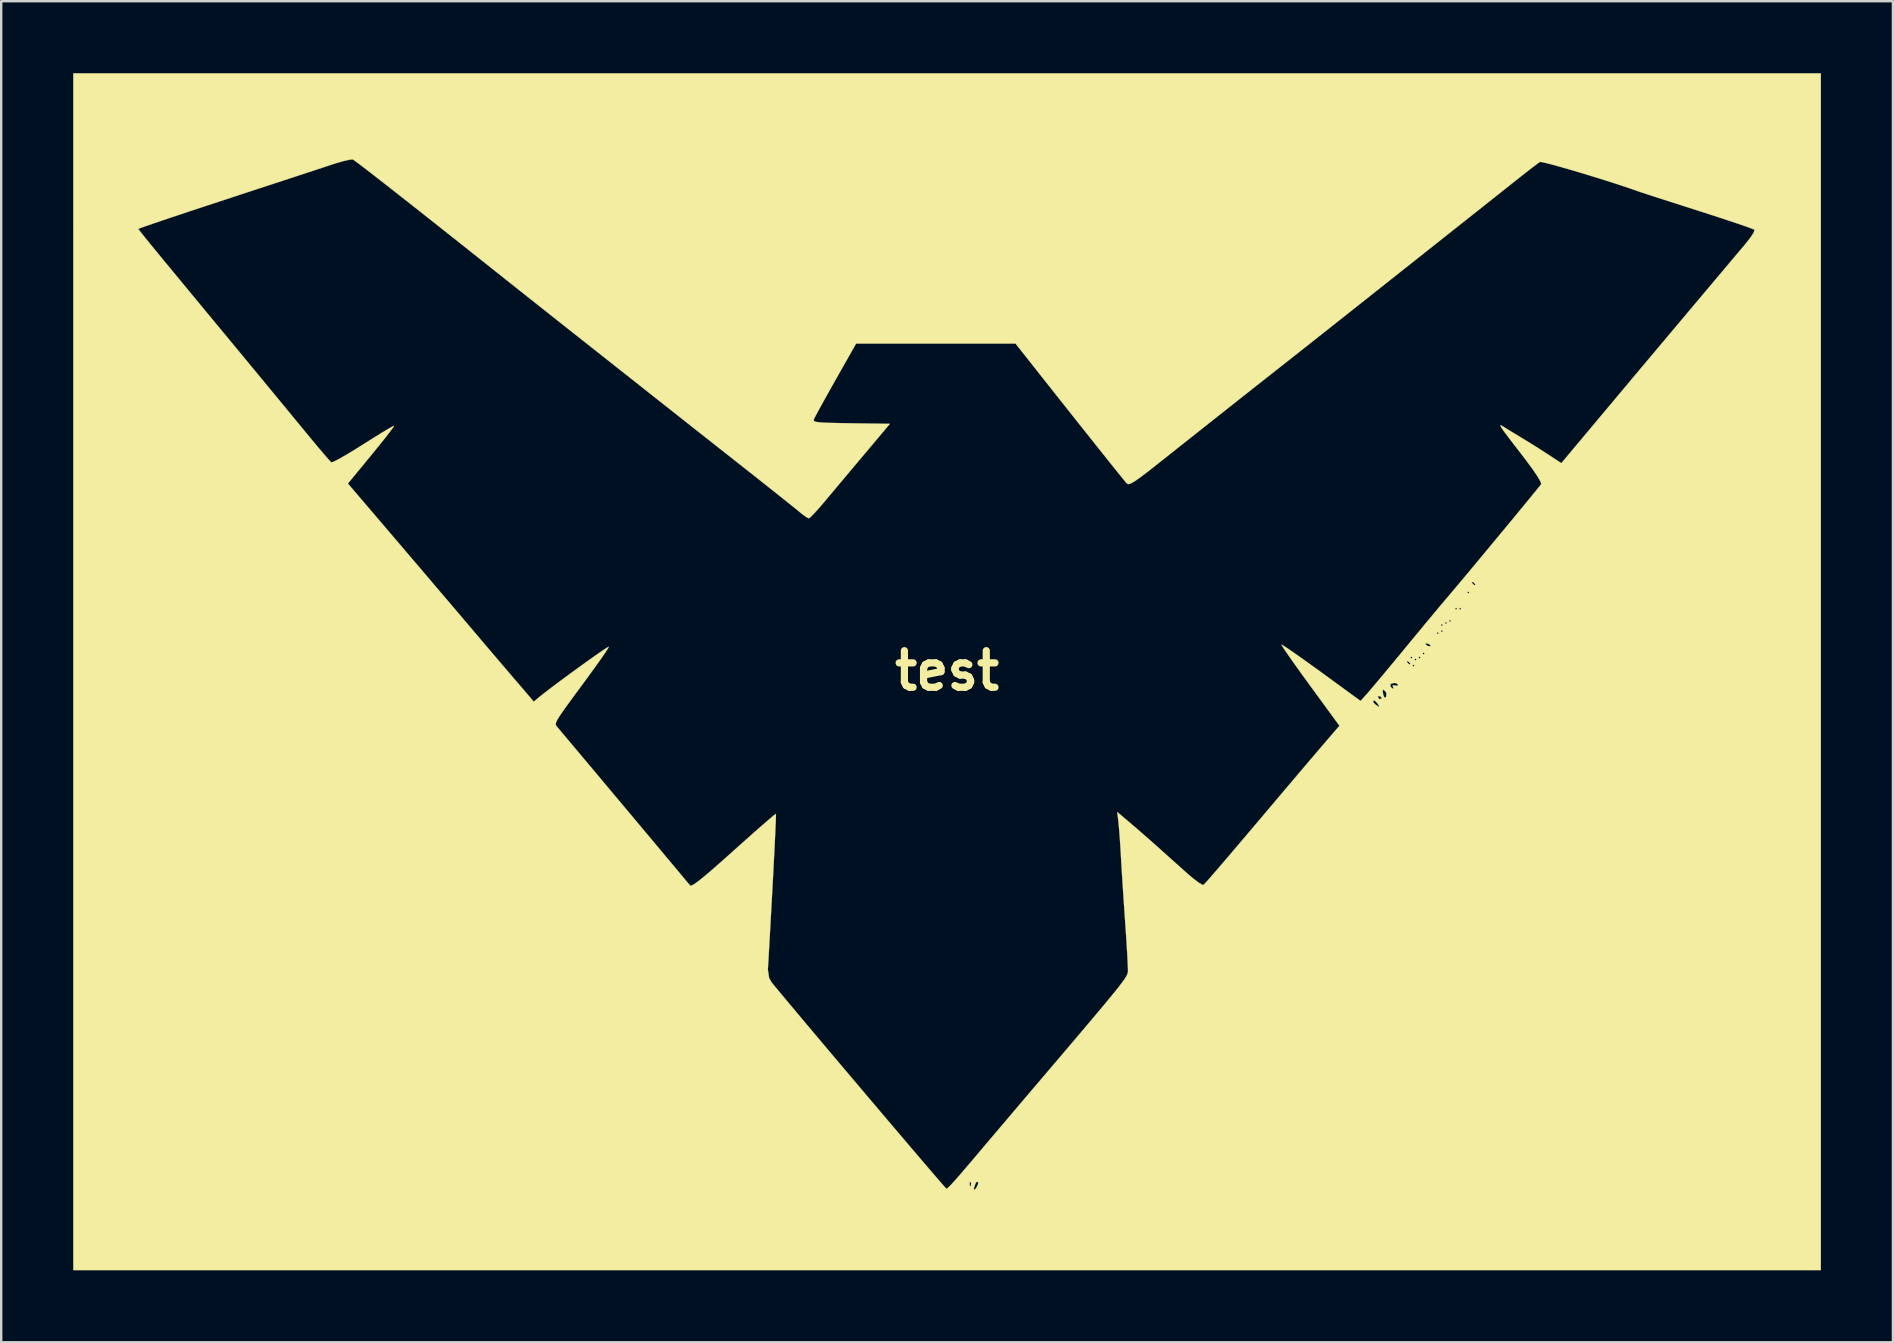
<source format=kicad_pcb>
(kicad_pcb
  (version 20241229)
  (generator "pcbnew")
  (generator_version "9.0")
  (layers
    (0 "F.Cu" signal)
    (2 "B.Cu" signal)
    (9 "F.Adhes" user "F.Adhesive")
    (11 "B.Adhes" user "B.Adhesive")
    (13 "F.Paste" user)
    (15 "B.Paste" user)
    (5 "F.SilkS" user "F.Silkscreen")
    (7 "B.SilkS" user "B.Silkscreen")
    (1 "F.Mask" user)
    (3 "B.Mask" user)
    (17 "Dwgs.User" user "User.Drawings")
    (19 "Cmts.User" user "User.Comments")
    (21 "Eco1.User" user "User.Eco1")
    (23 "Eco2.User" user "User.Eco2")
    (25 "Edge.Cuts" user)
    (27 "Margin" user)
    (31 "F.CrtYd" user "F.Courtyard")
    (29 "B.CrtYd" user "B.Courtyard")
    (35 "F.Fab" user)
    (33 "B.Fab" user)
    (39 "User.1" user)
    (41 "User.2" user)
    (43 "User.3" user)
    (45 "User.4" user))
  (footprint "test"
    (layer "F.Cu")
    (at 36.412 24.897)
    (property "Reference" "test" (at 0 0 0) (layer "F.SilkS") (effects (font (size 1.524 1.524) (thickness 0.3))))
    (attr through_hole)
    (fp_poly (pts (xy 36.407 24.977) (xy -36.407 24.977) (xy -36.407 -18.411) (xy -33.697 -18.411) (xy -33.681 -18.382) (xy -33.626 -18.309) (xy -33.527 -18.183) (xy -33.378 -17.997) (xy -33.17 -17.742) (xy -32.899 -17.411) (xy -32.556 -16.994) (xy -32.136 -16.485) (xy -31.632 -15.875) (xy -31.038 -15.156) (xy -30.346 -14.32) (xy -29.845 -13.715) (xy -29.346 -13.112) (xy -28.818 -12.473) (xy -28.289 -11.832) (xy -27.784 -11.22) (xy -27.33 -10.669) (xy -26.953 -10.211) (xy -26.902 -10.149) (xy -26.556 -9.729) (xy -26.243 -9.354) (xy -25.981 -9.044) (xy -25.786 -8.818) (xy -25.674 -8.696) (xy -25.657 -8.68) (xy -25.564 -8.708) (xy -25.353 -8.815) (xy -25.05 -8.987) (xy -24.679 -9.211) (xy -24.326 -9.432) (xy -23.919 -9.689) (xy -23.564 -9.909) (xy -23.284 -10.077) (xy -23.103 -10.178) (xy -23.044 -10.203) (xy -23.085 -10.131) (xy -23.219 -9.951) (xy -23.428 -9.682) (xy -23.696 -9.347) (xy -23.99 -8.986) (xy -24.967 -7.8) (xy -23.892 -6.541) (xy -23.056 -5.561) (xy -22.154 -4.503) (xy -21.229 -3.416) (xy -20.325 -2.353) (xy -19.485 -1.365) (xy -19.441 -1.312) (xy -19.086 -0.894) (xy -18.737 -0.484) (xy -18.422 -0.115) (xy -18.168 0.182) (xy -18.034 0.339) (xy -17.8 0.611) (xy -17.579 0.869) (xy -17.428 1.046) (xy -17.222 1.289) (xy -16.972 1.081) (xy -16.759 0.912) (xy -16.465 0.687) (xy -16.115 0.425) (xy -15.732 0.143) (xy -15.341 -0.142) (xy -14.965 -0.413) (xy -14.628 -0.651) (xy -14.355 -0.84) (xy -14.17 -0.962) (xy -14.096 -1.001) (xy -14.096 -1.001) (xy -14.132 -0.925) (xy -14.255 -0.735) (xy -14.45 -0.454) (xy -14.701 -0.102) (xy -14.993 0.298) (xy -14.994 0.3) (xy -15.403 0.855) (xy -15.722 1.29) (xy -15.961 1.62) (xy -16.129 1.863) (xy -16.236 2.035) (xy -16.292 2.151) (xy -16.308 2.228) (xy -16.293 2.283) (xy -16.256 2.331) (xy -16.239 2.351) (xy -16.131 2.479) (xy -15.933 2.715) (xy -15.656 3.044) (xy -15.314 3.452) (xy -14.919 3.922) (xy -14.484 4.44) (xy -14.023 4.991) (xy -13.547 5.558) (xy -13.069 6.128) (xy -12.602 6.686) (xy -12.159 7.214) (xy -11.753 7.7) (xy -11.395 8.127) (xy -11.1 8.48) (xy -10.879 8.745) (xy -10.745 8.905) (xy -10.71 8.947) (xy -10.652 8.953) (xy -10.531 8.889) (xy -10.335 8.747) (xy -10.053 8.518) (xy -9.676 8.194) (xy -9.193 7.766) (xy -8.892 7.497) (xy -8.438 7.091) (xy -8.027 6.726) (xy -7.675 6.416) (xy -7.398 6.177) (xy -7.212 6.021) (xy -7.133 5.963) (xy -7.132 5.963) (xy -7.131 6.051) (xy -7.139 6.292) (xy -7.156 6.671) (xy -7.179 7.173) (xy -7.21 7.782) (xy -7.246 8.483) (xy -7.288 9.26) (xy -7.334 10.098) (xy -7.383 10.981) (xy -7.435 11.894) (xy -7.467 12.454) (xy -7.416 12.798) (xy -7.319 12.974) (xy -7.212 13.108) (xy -7.012 13.351) (xy -6.729 13.69) (xy -6.376 14.112) (xy -5.963 14.604) (xy -5.502 15.152) (xy -5.002 15.745) (xy -4.475 16.369) (xy -3.932 17.011) (xy -3.384 17.658) (xy -2.842 18.298) (xy -2.317 18.916) (xy -1.82 19.501) (xy -1.361 20.04) (xy -0.952 20.519) (xy -0.605 20.925) (xy -0.328 21.246) (xy -0.135 21.469) (xy -0.035 21.58) (xy -0.024 21.59) (xy -0.009 21.579) (xy 1.114 21.579) (xy 1.126 21.64) (xy 1.21 21.558) (xy 1.22 21.544) (xy 1.294 21.387) (xy 1.29 21.3) (xy 1.227 21.3) (xy 1.177 21.384) (xy 1.114 21.579) (xy -0.009 21.579) (xy 0.051 21.532) (xy 0.201 21.38) (xy 0.209 21.371) (xy 0.938 21.371) (xy 0.954 21.481) (xy 0.982 21.482) (xy 1.003 21.369) (xy 0.989 21.32) (xy 0.952 21.288) (xy 0.938 21.371) (xy 0.209 21.371) (xy 0.356 21.209) (xy 0.568 20.965) (xy 0.84 20.648) (xy 1.124 20.314) (xy 1.214 20.208) (xy 1.407 19.978) (xy 1.691 19.643) (xy 2.043 19.227) (xy 2.446 18.753) (xy 2.877 18.245) (xy 3.318 17.726) (xy 3.344 17.695) (xy 4.122 16.781) (xy 4.797 15.987) (xy 5.377 15.305) (xy 5.869 14.724) (xy 6.28 14.236) (xy 6.618 13.832) (xy 6.889 13.503) (xy 7.102 13.24) (xy 7.262 13.033) (xy 7.378 12.874) (xy 7.456 12.754) (xy 7.504 12.663) (xy 7.528 12.592) (xy 7.537 12.532) (xy 7.537 12.475) (xy 7.535 12.412) (xy 7.535 12.41) (xy 7.529 12.219) (xy 7.512 11.892) (xy 7.486 11.461) (xy 7.454 10.959) (xy 7.417 10.418) (xy 7.414 10.372) (xy 7.373 9.771) (xy 7.331 9.15) (xy 7.293 8.559) (xy 7.262 8.046) (xy 7.243 7.705) (xy 7.217 7.266) (xy 7.188 6.843) (xy 7.159 6.492) (xy 7.141 6.309) (xy 7.091 5.888) (xy 7.588 6.308) (xy 7.876 6.554) (xy 8.232 6.864) (xy 8.598 7.186) (xy 8.763 7.333) (xy 9.128 7.66) (xy 9.525 8.015) (xy 9.891 8.341) (xy 10.02 8.457) (xy 10.282 8.679) (xy 10.501 8.841) (xy 10.645 8.923) (xy 10.679 8.926) (xy 10.72 8.888) (xy 10.806 8.797) (xy 10.943 8.643) (xy 11.138 8.419) (xy 11.398 8.116) (xy 11.732 7.726) (xy 12.144 7.241) (xy 12.644 6.652) (xy 13.238 5.95) (xy 13.932 5.129) (xy 14.009 5.038) (xy 14.396 4.581) (xy 14.796 4.109) (xy 15.178 3.66) (xy 15.509 3.272) (xy 15.716 3.03) (xy 16.349 2.293) (xy 15.637 1.318) (xy 17.758 1.318) (xy 17.838 1.402) (xy 17.981 1.503) (xy 18.007 1.49) (xy 17.933 1.36) (xy 17.827 1.25) (xy 17.758 1.241) (xy 17.758 1.318) (xy 15.637 1.318) (xy 15.124 0.617) (xy 14.788 0.154) (xy 14.489 -0.264) (xy 14.241 -0.615) (xy 14.058 -0.882) (xy 13.952 -1.046) (xy 13.931 -1.09) (xy 14.005 -1.051) (xy 14.197 -0.925) (xy 14.486 -0.726) (xy 14.855 -0.465) (xy 15.283 -0.158) (xy 15.596 0.069) (xy 17.23 1.26) (xy 17.377 1.096) (xy 17.949 1.096) (xy 18.011 1.182) (xy 18.034 1.185) (xy 18.116 1.156) (xy 18.119 1.148) (xy 18.059 1.076) (xy 18.034 1.058) (xy 17.956 1.065) (xy 17.949 1.096) (xy 17.377 1.096) (xy 17.51 0.948) (xy 17.592 0.853) (xy 18.147 0.853) (xy 18.176 1.006) (xy 18.23 1.129) (xy 18.292 1.094) (xy 18.295 1.089) (xy 18.307 0.937) (xy 18.271 0.869) (xy 18.173 0.785) (xy 18.147 0.853) (xy 17.592 0.853) (xy 17.642 0.794) (xy 17.759 0.656) (xy 18.474 0.656) (xy 18.514 0.706) (xy 18.6 0.76) (xy 18.589 0.686) (xy 18.575 0.663) (xy 18.571 0.599) (xy 18.655 0.618) (xy 18.772 0.626) (xy 18.796 0.59) (xy 18.725 0.523) (xy 18.627 0.508) (xy 18.479 0.55) (xy 18.474 0.656) (xy 17.759 0.656) (xy 17.863 0.533) (xy 18.154 0.185) (xy 18.485 -0.212) (xy 19.389 -0.212) (xy 19.431 -0.169) (xy 19.473 -0.212) (xy 19.431 -0.254) (xy 19.389 -0.212) (xy 18.485 -0.212) (xy 18.496 -0.225) (xy 18.64 -0.399) (xy 19.148 -0.399) (xy 19.169 -0.352) (xy 19.254 -0.261) (xy 19.303 -0.28) (xy 19.304 -0.291) (xy 19.244 -0.363) (xy 19.206 -0.389) (xy 19.148 -0.399) (xy 18.64 -0.399) (xy 18.695 -0.466) (xy 19.473 -0.466) (xy 19.516 -0.423) (xy 19.558 -0.466) (xy 19.516 -0.508) (xy 19.473 -0.466) (xy 18.695 -0.466) (xy 18.765 -0.55) (xy 19.304 -0.55) (xy 19.346 -0.508) (xy 19.389 -0.55) (xy 19.643 -0.55) (xy 19.685 -0.508) (xy 19.727 -0.55) (xy 19.685 -0.593) (xy 19.643 -0.55) (xy 19.389 -0.55) (xy 19.346 -0.593) (xy 19.304 -0.55) (xy 18.765 -0.55) (xy 18.87 -0.676) (xy 18.905 -0.72) (xy 19.812 -0.72) (xy 19.854 -0.677) (xy 19.897 -0.72) (xy 19.854 -0.762) (xy 19.812 -0.72) (xy 18.905 -0.72) (xy 19.115 -0.974) (xy 19.251 -1.139) (xy 19.932 -1.139) (xy 19.94 -1.1) (xy 20.03 -1.03) (xy 20.127 -1.018) (xy 20.151 -1.049) (xy 20.084 -1.104) (xy 20.019 -1.133) (xy 19.932 -1.139) (xy 19.251 -1.139) (xy 19.508 -1.45) (xy 19.604 -1.566) (xy 20.405 -1.566) (xy 20.447 -1.524) (xy 20.489 -1.566) (xy 20.447 -1.609) (xy 20.405 -1.566) (xy 19.604 -1.566) (xy 19.675 -1.651) (xy 20.574 -1.651) (xy 20.616 -1.609) (xy 20.659 -1.651) (xy 20.616 -1.693) (xy 20.574 -1.651) (xy 19.675 -1.651) (xy 19.885 -1.905) (xy 20.574 -1.905) (xy 20.616 -1.863) (xy 20.659 -1.905) (xy 20.616 -1.947) (xy 20.574 -1.905) (xy 19.885 -1.905) (xy 19.89 -1.911) (xy 19.955 -1.99) (xy 20.743 -1.99) (xy 20.786 -1.947) (xy 20.828 -1.99) (xy 20.786 -2.032) (xy 20.743 -1.99) (xy 19.955 -1.99) (xy 20.025 -2.074) (xy 20.913 -2.074) (xy 20.955 -2.032) (xy 20.997 -2.074) (xy 20.955 -2.117) (xy 20.913 -2.074) (xy 20.025 -2.074) (xy 20.239 -2.332) (xy 20.448 -2.582) (xy 21.167 -2.582) (xy 21.209 -2.54) (xy 21.251 -2.582) (xy 21.336 -2.582) (xy 21.378 -2.54) (xy 21.421 -2.582) (xy 21.378 -2.625) (xy 21.336 -2.582) (xy 21.251 -2.582) (xy 21.209 -2.625) (xy 21.167 -2.582) (xy 20.448 -2.582) (xy 20.534 -2.686) (xy 20.755 -2.948) (xy 20.84 -3.048) (xy 21.02 -3.26) (xy 21.675 -3.26) (xy 21.717 -3.217) (xy 21.759 -3.26) (xy 21.717 -3.302) (xy 21.675 -3.26) (xy 21.02 -3.26) (xy 21.03 -3.271) (xy 21.292 -3.583) (xy 21.391 -3.701) (xy 21.858 -3.701) (xy 21.878 -3.654) (xy 21.963 -3.563) (xy 22.013 -3.582) (xy 22.013 -3.593) (xy 21.953 -3.665) (xy 21.916 -3.691) (xy 21.858 -3.701) (xy 21.391 -3.701) (xy 21.614 -3.967) (xy 21.979 -4.405) (xy 22.372 -4.878) (xy 22.779 -5.368) (xy 23.185 -5.858) (xy 23.574 -6.328) (xy 23.932 -6.762) (xy 24.244 -7.142) (xy 24.494 -7.448) (xy 24.669 -7.663) (xy 24.753 -7.77) (xy 24.757 -7.776) (xy 24.729 -7.878) (xy 24.605 -8.092) (xy 24.396 -8.4) (xy 24.114 -8.783) (xy 23.984 -8.954) (xy 23.627 -9.415) (xy 23.366 -9.758) (xy 23.189 -9.995) (xy 23.088 -10.143) (xy 23.053 -10.215) (xy 23.074 -10.227) (xy 23.142 -10.192) (xy 23.202 -10.154) (xy 23.378 -10.045) (xy 23.643 -9.883) (xy 23.943 -9.702) (xy 23.959 -9.692) (xy 24.331 -9.464) (xy 24.743 -9.204) (xy 25.051 -9.005) (xy 25.594 -8.649) (xy 26.322 -9.517) (xy 26.661 -9.921) (xy 27.06 -10.398) (xy 27.474 -10.892) (xy 27.855 -11.346) (xy 27.895 -11.395) (xy 28.191 -11.747) (xy 28.562 -12.19) (xy 28.993 -12.704) (xy 29.47 -13.271) (xy 29.976 -13.873) (xy 30.496 -14.492) (xy 31.015 -15.109) (xy 31.518 -15.707) (xy 31.989 -16.267) (xy 32.413 -16.77) (xy 32.775 -17.2) (xy 33.059 -17.537) (xy 33.25 -17.763) (xy 33.255 -17.769) (xy 33.455 -18.022) (xy 33.593 -18.229) (xy 33.646 -18.355) (xy 33.641 -18.375) (xy 33.545 -18.417) (xy 33.308 -18.503) (xy 32.953 -18.626) (xy 32.499 -18.778) (xy 31.968 -18.952) (xy 31.382 -19.141) (xy 31.284 -19.172) (xy 30.683 -19.365) (xy 30.125 -19.544) (xy 29.635 -19.702) (xy 29.234 -19.832) (xy 28.947 -19.926) (xy 28.795 -19.977) (xy 28.787 -19.98) (xy 28.413 -20.111) (xy 27.963 -20.26) (xy 27.463 -20.42) (xy 26.939 -20.584) (xy 26.415 -20.743) (xy 25.918 -20.89) (xy 25.473 -21.017) (xy 25.107 -21.117) (xy 24.844 -21.181) (xy 24.711 -21.203) (xy 24.702 -21.201) (xy 24.595 -21.125) (xy 24.388 -20.969) (xy 24.113 -20.756) (xy 23.876 -20.568) (xy 23.674 -20.408) (xy 23.399 -20.19) (xy 23.043 -19.908) (xy 22.602 -19.559) (xy 22.071 -19.137) (xy 21.442 -18.64) (xy 20.712 -18.061) (xy 19.874 -17.397) (xy 18.922 -16.643) (xy 17.852 -15.795) (xy 16.657 -14.849) (xy 16.087 -14.397) (xy 15.601 -14.013) (xy 15.11 -13.625) (xy 14.645 -13.258) (xy 14.241 -12.939) (xy 13.93 -12.694) (xy 13.885 -12.659) (xy 13.527 -12.377) (xy 13.058 -12.008) (xy 12.503 -11.57) (xy 11.883 -11.08) (xy 11.222 -10.557) (xy 10.543 -10.019) (xy 9.868 -9.485) (xy 9.22 -8.971) (xy 8.817 -8.652) (xy 8.377 -8.305) (xy 8.049 -8.056) (xy 7.814 -7.892) (xy 7.656 -7.803) (xy 7.555 -7.775) (xy 7.494 -7.799) (xy 7.491 -7.801) (xy 7.41 -7.897) (xy 7.234 -8.114) (xy 6.971 -8.44) (xy 6.632 -8.864) (xy 6.225 -9.375) (xy 5.759 -9.96) (xy 5.245 -10.607) (xy 4.691 -11.306) (xy 4.107 -12.044) (xy 3.572 -12.721) (xy 2.853 -13.631) (xy -3.791 -13.631) (xy -4.642 -12.129) (xy -4.903 -11.665) (xy -5.138 -11.244) (xy -5.332 -10.892) (xy -5.472 -10.633) (xy -5.544 -10.491) (xy -5.549 -10.479) (xy -5.557 -10.428) (xy -5.522 -10.39) (xy -5.424 -10.362) (xy -5.24 -10.343) (xy -4.95 -10.329) (xy -4.533 -10.319) (xy -3.994 -10.31) (xy -2.383 -10.287) (xy -3.487 -8.975) (xy -3.869 -8.521) (xy -4.255 -8.062) (xy -4.617 -7.63) (xy -4.926 -7.262) (xy -5.14 -7.006) (xy -5.377 -6.73) (xy -5.578 -6.512) (xy -5.717 -6.378) (xy -5.762 -6.35) (xy -5.867 -6.401) (xy -6.041 -6.529) (xy -6.114 -6.589) (xy -6.244 -6.696) (xy -6.49 -6.894) (xy -6.835 -7.169) (xy -7.262 -7.509) (xy -7.754 -7.899) (xy -8.295 -8.327) (xy -8.848 -8.763) (xy -9.478 -9.259) (xy -10.128 -9.772) (xy -10.772 -10.279) (xy -11.38 -10.76) (xy -11.927 -11.191) (xy -12.386 -11.553) (xy -12.615 -11.735) (xy -13.147 -12.156) (xy -13.754 -12.635) (xy -14.376 -13.127) (xy -14.957 -13.585) (xy -15.24 -13.808) (xy -15.761 -14.22) (xy -16.237 -14.596) (xy -16.694 -14.958) (xy -17.161 -15.327) (xy -17.663 -15.726) (xy -18.229 -16.175) (xy -18.884 -16.695) (xy -19.304 -17.029) (xy -20.293 -17.814) (xy -21.198 -18.531) (xy -22.015 -19.177) (xy -22.737 -19.745) (xy -23.358 -20.233) (xy -23.874 -20.635) (xy -24.278 -20.947) (xy -24.564 -21.165) (xy -24.727 -21.283) (xy -24.761 -21.304) (xy -24.883 -21.296) (xy -25.123 -21.242) (xy -25.44 -21.152) (xy -25.62 -21.095) (xy -25.859 -21.016) (xy -26.239 -20.891) (xy -26.738 -20.727) (xy -27.337 -20.53) (xy -28.013 -20.308) (xy -28.747 -20.068) (xy -29.519 -19.815) (xy -30.035 -19.645) (xy -30.786 -19.399) (xy -31.485 -19.168) (xy -32.116 -18.957) (xy -32.663 -18.774) (xy -33.111 -18.622) (xy -33.442 -18.507) (xy -33.643 -18.434) (xy -33.697 -18.411) (xy -36.407 -18.411) (xy -36.407 -24.892) (xy 36.407 -24.892) (xy 36.407 24.977)) (stroke (width 0.01) (type solid)) (fill yes) (layer "F.SilkS")))
  (gr_rect
    (start -3 -3)
    (end 75.823 52.879)
    (stroke (width 0.1) (type default))
    (fill no)
    (layer "Edge.Cuts")))
</source>
